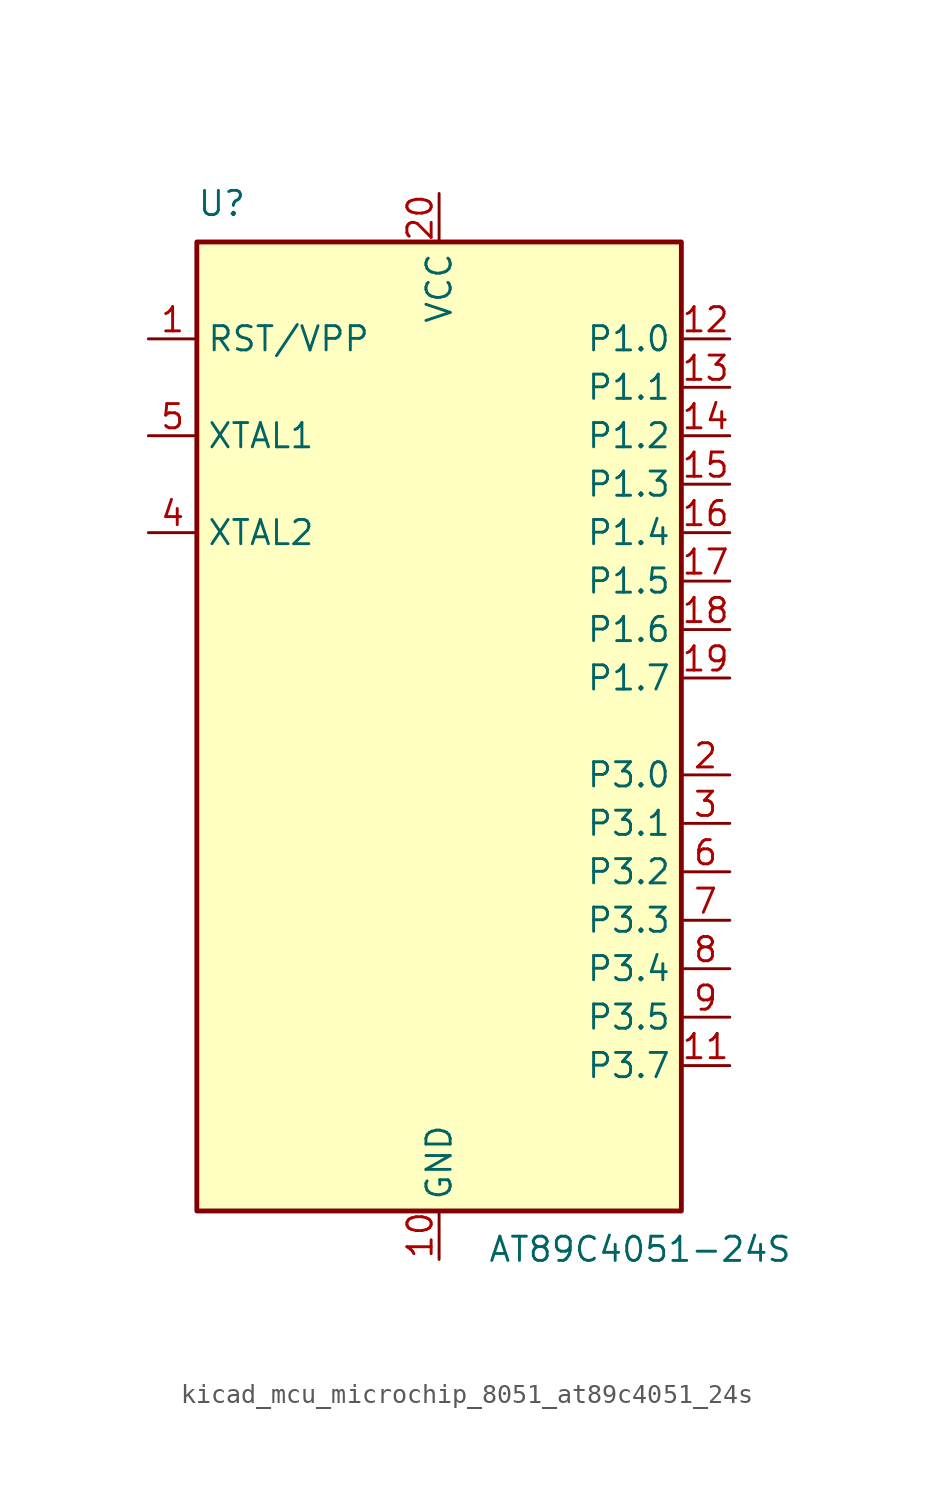
<source format=kicad_sym>
(kicad_symbol_lib
  (version 20220914)
  (generator kicad_symbol_editor)
  (symbol "kicad_mcu_microchip_8051_at89c4051_24s"
    (property "Reference" "U"
      (at -12.7 26.67 0)
      (effects (font (size 1.27 1.27)) (justify left bottom)))
    (property "Value" "AT89C4051-24S"
      (at 2.54 -26.67 0)
      (effects (font (size 1.27 1.27)) (justify left top)))
    (symbol "kicad_mcu_microchip_8051_at89c4051_24s_0_1"
      (rectangle (start -12.7 -25.4) (end 12.7 25.4) (stroke (width 0.254) (type default)) (fill (type background))))
    (symbol "kicad_mcu_microchip_8051_at89c4051_24s_1_1"
      (pin input line (at -15.24 20.32 0) (length 2.54) (name "RST/VPP" (effects (font (size 1.27 1.27)))) (number "1" (effects (font (size 1.27 1.27)))))
      (pin power_in line (at 0 -27.94 90) (length 2.54) (name "GND" (effects (font (size 1.27 1.27)))) (number "10" (effects (font (size 1.27 1.27)))))
      (pin bidirectional line (at 15.24 -17.78 180) (length 2.54) (name "P3.7" (effects (font (size 1.27 1.27)))) (number "11" (effects (font (size 1.27 1.27)))))
      (pin bidirectional line (at 15.24 20.32 180) (length 2.54) (name "P1.0" (effects (font (size 1.27 1.27)))) (number "12" (effects (font (size 1.27 1.27)))))
      (pin bidirectional line (at 15.24 17.78 180) (length 2.54) (name "P1.1" (effects (font (size 1.27 1.27)))) (number "13" (effects (font (size 1.27 1.27)))))
      (pin bidirectional line (at 15.24 15.24 180) (length 2.54) (name "P1.2" (effects (font (size 1.27 1.27)))) (number "14" (effects (font (size 1.27 1.27)))))
      (pin bidirectional line (at 15.24 12.7 180) (length 2.54) (name "P1.3" (effects (font (size 1.27 1.27)))) (number "15" (effects (font (size 1.27 1.27)))))
      (pin bidirectional line (at 15.24 10.16 180) (length 2.54) (name "P1.4" (effects (font (size 1.27 1.27)))) (number "16" (effects (font (size 1.27 1.27)))))
      (pin bidirectional line (at 15.24 7.62 180) (length 2.54) (name "P1.5" (effects (font (size 1.27 1.27)))) (number "17" (effects (font (size 1.27 1.27)))))
      (pin bidirectional line (at 15.24 5.08 180) (length 2.54) (name "P1.6" (effects (font (size 1.27 1.27)))) (number "18" (effects (font (size 1.27 1.27)))))
      (pin bidirectional line (at 15.24 2.54 180) (length 2.54) (name "P1.7" (effects (font (size 1.27 1.27)))) (number "19" (effects (font (size 1.27 1.27)))))
      (pin bidirectional line (at 15.24 -2.54 180) (length 2.54) (name "P3.0" (effects (font (size 1.27 1.27)))) (number "2" (effects (font (size 1.27 1.27)))))
      (pin power_in line (at 0 27.94 270) (length 2.54) (name "VCC" (effects (font (size 1.27 1.27)))) (number "20" (effects (font (size 1.27 1.27)))))
      (pin bidirectional line (at 15.24 -5.08 180) (length 2.54) (name "P3.1" (effects (font (size 1.27 1.27)))) (number "3" (effects (font (size 1.27 1.27)))))
      (pin output line (at -15.24 10.16 0) (length 2.54) (name "XTAL2" (effects (font (size 1.27 1.27)))) (number "4" (effects (font (size 1.27 1.27)))))
      (pin input line (at -15.24 15.24 0) (length 2.54) (name "XTAL1" (effects (font (size 1.27 1.27)))) (number "5" (effects (font (size 1.27 1.27)))))
      (pin bidirectional line (at 15.24 -7.62 180) (length 2.54) (name "P3.2" (effects (font (size 1.27 1.27)))) (number "6" (effects (font (size 1.27 1.27)))))
      (pin bidirectional line (at 15.24 -10.16 180) (length 2.54) (name "P3.3" (effects (font (size 1.27 1.27)))) (number "7" (effects (font (size 1.27 1.27)))))
      (pin bidirectional line (at 15.24 -12.7 180) (length 2.54) (name "P3.4" (effects (font (size 1.27 1.27)))) (number "8" (effects (font (size 1.27 1.27)))))
      (pin bidirectional line (at 15.24 -15.24 180) (length 2.54) (name "P3.5" (effects (font (size 1.27 1.27)))) (number "9" (effects (font (size 1.27 1.27))))))))
</source>
